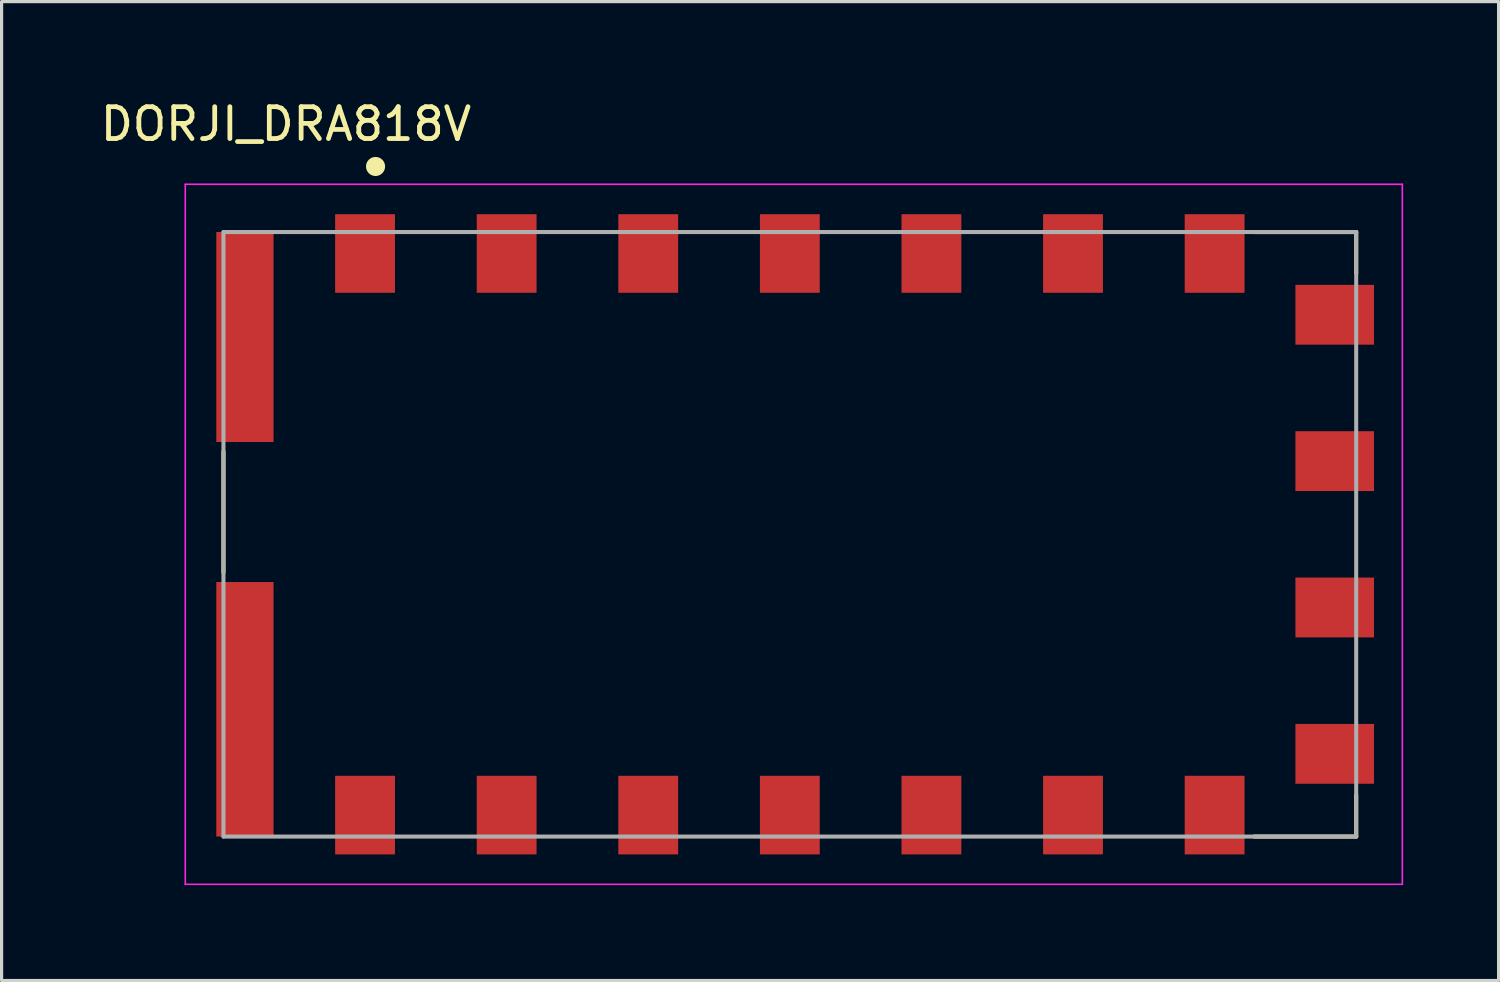
<source format=kicad_pcb>
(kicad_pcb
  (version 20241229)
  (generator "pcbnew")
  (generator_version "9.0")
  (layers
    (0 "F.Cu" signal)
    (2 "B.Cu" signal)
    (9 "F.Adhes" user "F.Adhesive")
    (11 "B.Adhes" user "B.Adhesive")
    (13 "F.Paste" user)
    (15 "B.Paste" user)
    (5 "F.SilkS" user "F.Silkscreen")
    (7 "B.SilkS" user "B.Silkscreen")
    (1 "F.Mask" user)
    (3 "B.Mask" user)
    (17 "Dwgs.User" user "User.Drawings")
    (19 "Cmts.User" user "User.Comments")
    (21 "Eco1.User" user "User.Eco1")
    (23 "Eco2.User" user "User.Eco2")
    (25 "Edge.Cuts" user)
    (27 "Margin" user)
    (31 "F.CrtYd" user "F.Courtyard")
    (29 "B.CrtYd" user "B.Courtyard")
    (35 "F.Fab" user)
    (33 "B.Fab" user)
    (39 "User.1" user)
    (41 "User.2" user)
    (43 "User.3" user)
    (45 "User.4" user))
  (footprint "DORJI_DRA818V"
    (layer "F.Cu")
    (at 21.773 13.742)
    (property "Reference" "DORJI_DRA818V" (at -15.835 -12.893 0) (layer "F.SilkS") (effects (font (size 1.001 1.001) (thickness 0.15))))
    (attr smd)
    (fp_line (start -17.8 -2.6) (end -17.8 1.2) (stroke (width 0.127) (type solid)) (layer "F.SilkS"))
    (fp_line (start 14.6 -9.5) (end 17.8 -9.5) (stroke (width 0.127) (type solid)) (layer "F.SilkS"))
    (fp_line (start 17.8 -9.5) (end 17.8 -8.2) (stroke (width 0.127) (type solid)) (layer "F.SilkS"))
    (fp_line (start 17.8 8.2) (end 17.8 9.5) (stroke (width 0.127) (type solid)) (layer "F.SilkS"))
    (fp_line (start 17.8 9.5) (end 14.6 9.5) (stroke (width 0.127) (type solid)) (layer "F.SilkS"))
    (fp_circle (center -13.02 -11.56) (end -12.87 -11.56) (stroke (width 0.3) (type solid)) (fill no) (layer "F.SilkS"))
    (fp_line (start -19 -11) (end 19.25 -11) (stroke (width 0.05) (type solid)) (layer "F.CrtYd"))
    (fp_line (start -19 11) (end -19 -11) (stroke (width 0.05) (type solid)) (layer "F.CrtYd"))
    (fp_line (start 19.25 -11) (end 19.25 11) (stroke (width 0.05) (type solid)) (layer "F.CrtYd"))
    (fp_line (start 19.25 11) (end -19 11) (stroke (width 0.05) (type solid)) (layer "F.CrtYd"))
    (fp_line (start -17.8 -9.5) (end 17.8 -9.5) (stroke (width 0.127) (type solid)) (layer "F.Fab"))
    (fp_line (start -17.8 9.5) (end -17.8 -9.5) (stroke (width 0.127) (type solid)) (layer "F.Fab"))
    (fp_line (start 17.8 -9.5) (end 17.8 9.5) (stroke (width 0.127) (type solid)) (layer "F.Fab"))
    (fp_line (start 17.8 9.5) (end -17.8 9.5) (stroke (width 0.127) (type solid)) (layer "F.Fab"))
    (pad "1" smd rect (at -13.35 -8.825) (size 1.88 2.47) (layers "F.Cu" "F.Mask" "F.Paste"))
    (pad "2" smd rect (at -8.9 -8.825) (size 1.88 2.47) (layers "F.Cu" "F.Mask" "F.Paste"))
    (pad "3" smd rect (at -4.45 -8.825) (size 1.88 2.47) (layers "F.Cu" "F.Mask" "F.Paste"))
    (pad "4" smd rect (at 0 -8.825) (size 1.88 2.47) (layers "F.Cu" "F.Mask" "F.Paste"))
    (pad "5" smd rect (at 4.45 -8.825) (size 1.88 2.47) (layers "F.Cu" "F.Mask" "F.Paste"))
    (pad "6" smd rect (at 8.9 -8.825) (size 1.88 2.47) (layers "F.Cu" "F.Mask" "F.Paste"))
    (pad "7" smd rect (at 13.35 -8.825) (size 1.88 2.47) (layers "F.Cu" "F.Mask" "F.Paste"))
    (pad "8" smd rect (at 17.125 -6.9) (size 2.47 1.88) (layers "F.Cu" "F.Mask" "F.Paste"))
    (pad "9" smd rect (at 17.125 -2.3) (size 2.47 1.88) (layers "F.Cu" "F.Mask" "F.Paste"))
    (pad "10" smd rect (at 17.125 2.3) (size 2.47 1.88) (layers "F.Cu" "F.Mask" "F.Paste"))
    (pad "11" smd rect (at 17.125 6.9) (size 2.47 1.88) (layers "F.Cu" "F.Mask" "F.Paste"))
    (pad "12" smd rect (at 13.35 8.825) (size 1.88 2.47) (layers "F.Cu" "F.Mask" "F.Paste"))
    (pad "13" smd rect (at 8.9 8.825) (size 1.88 2.47) (layers "F.Cu" "F.Mask" "F.Paste"))
    (pad "14" smd rect (at 4.45 8.825) (size 1.88 2.47) (layers "F.Cu" "F.Mask" "F.Paste"))
    (pad "15" smd rect (at 0 8.825) (size 1.88 2.47) (layers "F.Cu" "F.Mask" "F.Paste"))
    (pad "16" smd rect (at -4.45 8.825) (size 1.88 2.47) (layers "F.Cu" "F.Mask" "F.Paste"))
    (pad "17" smd rect (at -8.9 8.825) (size 1.88 2.47) (layers "F.Cu" "F.Mask" "F.Paste"))
    (pad "18" smd rect (at -13.35 8.825) (size 1.88 2.47) (layers "F.Cu" "F.Mask" "F.Paste"))
    (pad "P2" smd rect (at -17.125 -6.2) (size 1.8 6.6) (layers "F.Cu" "F.Mask" "F.Paste"))
    (pad "P3" smd rect (at -17.125 5.5) (size 1.8 8) (layers "F.Cu" "F.Mask" "F.Paste"))
    (zone (net_name "") (layer "F.Cu") (hatch full 0.508) (connect_pads) (min_thickness 0.01) (filled_areas_thickness no) (keepout (tracks not_allowed) (vias not_allowed) (pads not_allowed) (copperpour not_allowed) (footprints allowed)) (placement (enabled no)) (fill) (polygon (pts (xy 28.584 9.992) (xy 36.573 9.992) (xy 36.573 16.246) (xy 28.584 16.246))))
    (zone (net_name "") (layers "F.Cu" "B.Cu") (hatch full 0.508) (connect_pads) (min_thickness 0.01) (filled_areas_thickness no) (keepout (tracks allowed) (vias not_allowed) (pads allowed) (copperpour allowed) (footprints allowed)) (placement (enabled no)) (fill) (polygon (pts (xy 28.578 9.992) (xy 36.573 9.992) (xy 36.573 16.244) (xy 28.578 16.244)))))
  (gr_rect
    (start -3 -3)
    (end 44.048 27.767)
    (stroke (width 0.1) (type default))
    (fill no)
    (layer "Edge.Cuts")))
</source>
